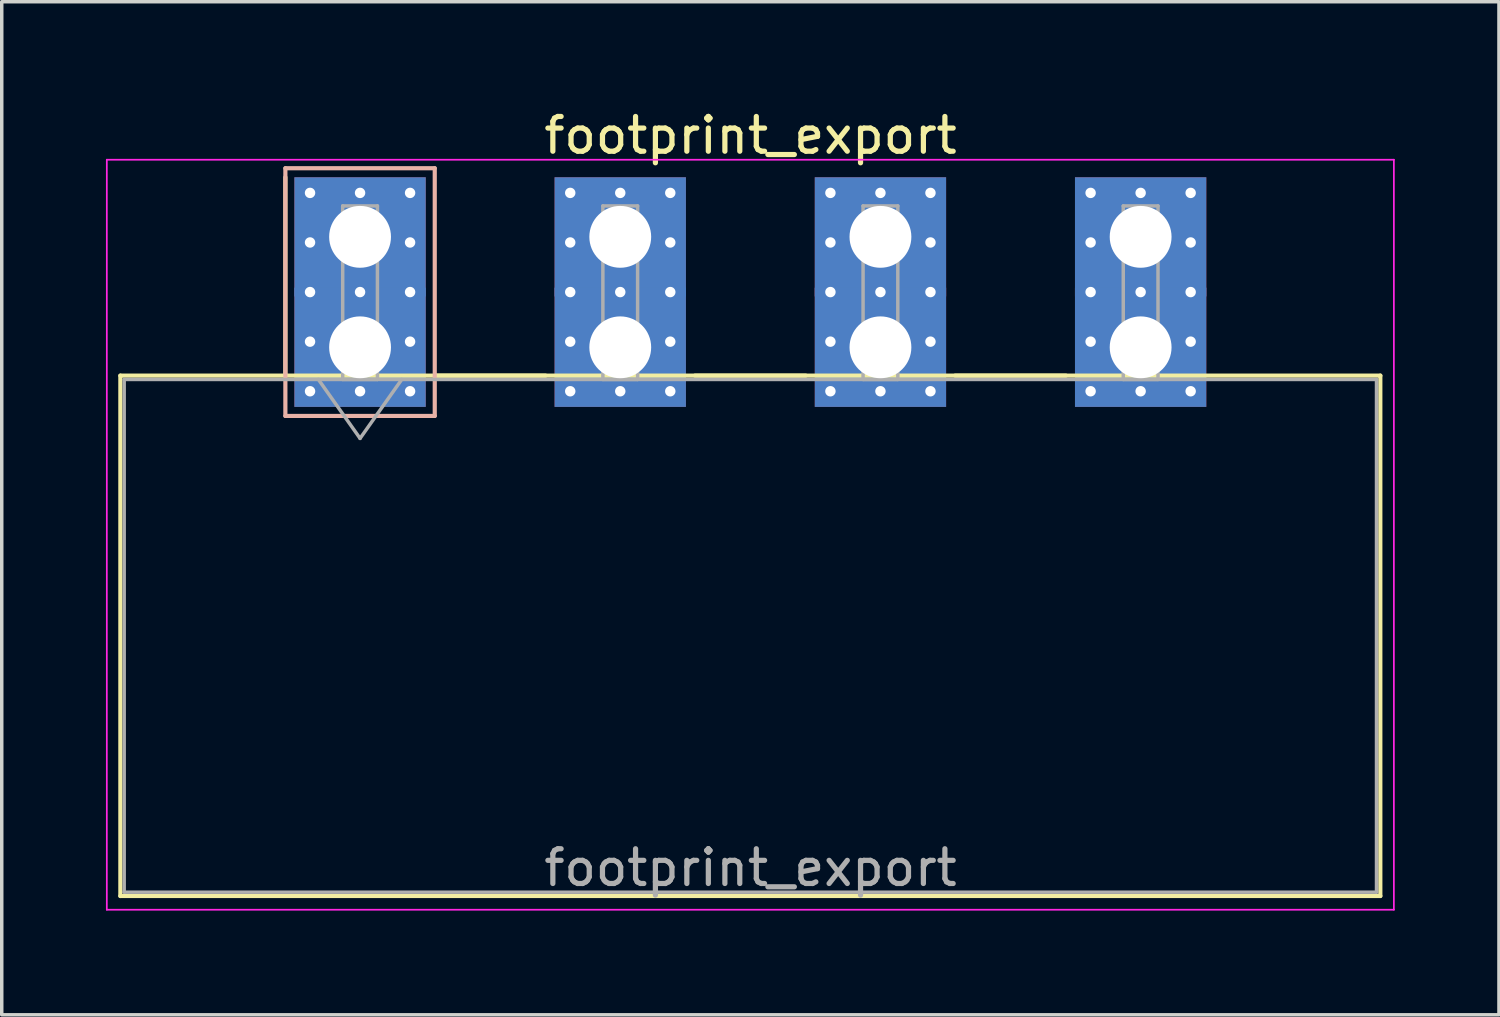
<source format=kicad_pcb>
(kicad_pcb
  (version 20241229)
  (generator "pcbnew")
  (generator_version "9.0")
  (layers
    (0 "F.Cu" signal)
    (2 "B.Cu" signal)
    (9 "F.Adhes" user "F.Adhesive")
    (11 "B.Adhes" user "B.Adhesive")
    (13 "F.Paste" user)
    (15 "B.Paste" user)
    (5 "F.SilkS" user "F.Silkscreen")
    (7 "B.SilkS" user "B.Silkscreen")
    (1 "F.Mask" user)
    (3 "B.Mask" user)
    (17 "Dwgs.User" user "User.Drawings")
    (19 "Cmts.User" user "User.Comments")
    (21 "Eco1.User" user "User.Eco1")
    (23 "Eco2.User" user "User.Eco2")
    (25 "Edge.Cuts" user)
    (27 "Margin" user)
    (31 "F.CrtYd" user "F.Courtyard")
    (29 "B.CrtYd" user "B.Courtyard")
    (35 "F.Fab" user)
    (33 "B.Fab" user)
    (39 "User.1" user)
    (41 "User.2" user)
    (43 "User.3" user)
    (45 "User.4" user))
  (footprint "footprint_export"
    (layer "F.Cu")
    (at 7.315 6.948)
    (property "Reference" "footprint_export" (at 11.24 -6.1 0) (layer "F.SilkS") (effects (font (size 1 1) (thickness 0.15))))
    (attr through_hole)
    (fp_line (start -6.9 0.815) (end -6.9 15.795) (stroke (width 0.12) (type solid)) (layer "F.SilkS"))
    (fp_line (start -6.9 15.795) (end 29.37 15.795) (stroke (width 0.12) (type solid)) (layer "F.SilkS"))
    (fp_line (start -2.15 0.815) (end -2.15 -4.895) (stroke (width 0.12) (type solid)) (layer "F.SilkS"))
    (fp_line (start 2.15 0.815) (end 5.34 0.815) (stroke (width 0.12) (type solid)) (layer "F.SilkS"))
    (fp_line (start 9.64 0.815) (end 12.83 0.815) (stroke (width 0.12) (type solid)) (layer "F.SilkS"))
    (fp_line (start 17.13 0.815) (end 20.32 0.815) (stroke (width 0.12) (type solid)) (layer "F.SilkS"))
    (fp_line (start 29.37 0.815) (end -6.9 0.815) (stroke (width 0.12) (type solid)) (layer "F.SilkS"))
    (fp_line (start 29.37 15.795) (end 29.37 0.815) (stroke (width 0.12) (type solid)) (layer "F.SilkS"))
    (fp_line (start -2.15 -5.155) (end -2.15 1.975) (stroke (width 0.12) (type solid)) (layer "B.SilkS"))
    (fp_line (start -2.15 1.975) (end 2.15 1.975) (stroke (width 0.12) (type solid)) (layer "B.SilkS"))
    (fp_line (start 2.15 -5.155) (end -2.15 -5.155) (stroke (width 0.12) (type solid)) (layer "B.SilkS"))
    (fp_line (start 2.15 1.975) (end 2.15 -5.155) (stroke (width 0.12) (type solid)) (layer "B.SilkS"))
    (fp_line (start -7.29 -5.4) (end -7.29 16.19) (stroke (width 0.05) (type solid)) (layer "F.CrtYd"))
    (fp_line (start -7.29 16.19) (end 29.76 16.19) (stroke (width 0.05) (type solid)) (layer "F.CrtYd"))
    (fp_line (start 29.76 -5.4) (end -7.29 -5.4) (stroke (width 0.05) (type solid)) (layer "F.CrtYd"))
    (fp_line (start 29.76 16.19) (end 29.76 -5.4) (stroke (width 0.05) (type solid)) (layer "F.CrtYd"))
    (fp_line (start -6.79 0.925) (end -6.79 15.685) (stroke (width 0.1) (type solid)) (layer "F.Fab"))
    (fp_line (start -6.79 15.685) (end 29.26 15.685) (stroke (width 0.1) (type solid)) (layer "F.Fab"))
    (fp_line (start -1.2 0.925) (end 0 2.622) (stroke (width 0.1) (type solid)) (layer "F.Fab"))
    (fp_line (start -0.5 -4.07) (end 0.5 -4.07) (stroke (width 0.1) (type solid)) (layer "F.Fab"))
    (fp_line (start -0.5 0.925) (end -0.5 -4.07) (stroke (width 0.1) (type solid)) (layer "F.Fab"))
    (fp_line (start 0 2.622) (end 1.2 0.925) (stroke (width 0.1) (type solid)) (layer "F.Fab"))
    (fp_line (start 0.5 -4.07) (end 0.5 0.925) (stroke (width 0.1) (type solid)) (layer "F.Fab"))
    (fp_line (start 0.5 0.925) (end -0.5 0.925) (stroke (width 0.1) (type solid)) (layer "F.Fab"))
    (fp_line (start 6.99 -4.07) (end 7.99 -4.07) (stroke (width 0.1) (type solid)) (layer "F.Fab"))
    (fp_line (start 6.99 0.925) (end 6.99 -4.07) (stroke (width 0.1) (type solid)) (layer "F.Fab"))
    (fp_line (start 7.99 -4.07) (end 7.99 0.925) (stroke (width 0.1) (type solid)) (layer "F.Fab"))
    (fp_line (start 7.99 0.925) (end 6.99 0.925) (stroke (width 0.1) (type solid)) (layer "F.Fab"))
    (fp_line (start 14.48 -4.07) (end 15.48 -4.07) (stroke (width 0.1) (type solid)) (layer "F.Fab"))
    (fp_line (start 14.48 0.925) (end 14.48 -4.07) (stroke (width 0.1) (type solid)) (layer "F.Fab"))
    (fp_line (start 15.48 -4.07) (end 15.48 0.925) (stroke (width 0.1) (type solid)) (layer "F.Fab"))
    (fp_line (start 15.48 0.925) (end 14.48 0.925) (stroke (width 0.1) (type solid)) (layer "F.Fab"))
    (fp_line (start 21.97 -4.07) (end 22.97 -4.07) (stroke (width 0.1) (type solid)) (layer "F.Fab"))
    (fp_line (start 21.97 0.925) (end 21.97 -4.07) (stroke (width 0.1) (type solid)) (layer "F.Fab"))
    (fp_line (start 22.97 -4.07) (end 22.97 0.925) (stroke (width 0.1) (type solid)) (layer "F.Fab"))
    (fp_line (start 22.97 0.925) (end 21.97 0.925) (stroke (width 0.1) (type solid)) (layer "F.Fab"))
    (fp_line (start 29.26 0.925) (end -6.79 0.925) (stroke (width 0.1) (type solid)) (layer "F.Fab"))
    (fp_line (start 29.26 15.685) (end 29.26 0.925) (stroke (width 0.1) (type solid)) (layer "F.Fab"))
    (fp_text user "${REFERENCE}" (at 11.24 14.98 0) (layer "F.Fab") (effects (font (size 1 1) (thickness 0.15))))
    (pad "1" thru_hole rect (at -1.44 -4.445) (size 0.6 0.6) (drill 0.3) (layers "*.Cu" "*.Mask"))
    (pad "1" thru_hole rect (at -1.44 -3.018) (size 0.6 0.6) (drill 0.3) (layers "*.Cu" "*.Mask"))
    (pad "1" thru_hole rect (at -1.44 -1.59) (size 0.6 0.6) (drill 0.3) (layers "*.Cu" "*.Mask"))
    (pad "1" thru_hole rect (at -1.44 -0.163) (size 0.6 0.6) (drill 0.3) (layers "*.Cu" "*.Mask"))
    (pad "1" thru_hole rect (at -1.44 1.265) (size 0.6 0.6) (drill 0.3) (layers "*.Cu" "*.Mask"))
    (pad "1" thru_hole rect (at 0 -4.445) (size 0.6 0.6) (drill 0.3) (layers "*.Cu" "*.Mask"))
    (pad "1" thru_hole rect (at 0 -3.18) (size 3.78 3.43) (drill 1.78) (layers "*.Cu" "*.Mask"))
    (pad "1" thru_hole rect (at 0 -1.59) (size 0.6 0.6) (drill 0.3) (layers "*.Cu" "*.Mask"))
    (pad "1" thru_hole rect (at 0 0) (size 3.78 3.43) (drill 1.78) (layers "*.Cu" "*.Mask"))
    (pad "1" thru_hole rect (at 0 1.265) (size 0.6 0.6) (drill 0.3) (layers "*.Cu" "*.Mask"))
    (pad "1" thru_hole rect (at 1.44 -4.445) (size 0.6 0.6) (drill 0.3) (layers "*.Cu" "*.Mask"))
    (pad "1" thru_hole rect (at 1.44 -3.018) (size 0.6 0.6) (drill 0.3) (layers "*.Cu" "*.Mask"))
    (pad "1" thru_hole rect (at 1.44 -1.59) (size 0.6 0.6) (drill 0.3) (layers "*.Cu" "*.Mask"))
    (pad "1" thru_hole rect (at 1.44 -0.163) (size 0.6 0.6) (drill 0.3) (layers "*.Cu" "*.Mask"))
    (pad "1" thru_hole rect (at 1.44 1.265) (size 0.6 0.6) (drill 0.3) (layers "*.Cu" "*.Mask"))
    (pad "2" thru_hole circle (at 6.05 -4.445) (size 0.6 0.6) (drill 0.3) (layers "*.Cu" "*.Mask"))
    (pad "2" thru_hole circle (at 6.05 -3.018) (size 0.6 0.6) (drill 0.3) (layers "*.Cu" "*.Mask"))
    (pad "2" thru_hole circle (at 6.05 -1.59) (size 0.6 0.6) (drill 0.3) (layers "*.Cu" "*.Mask"))
    (pad "2" thru_hole circle (at 6.05 -0.163) (size 0.6 0.6) (drill 0.3) (layers "*.Cu" "*.Mask"))
    (pad "2" thru_hole circle (at 6.05 1.265) (size 0.6 0.6) (drill 0.3) (layers "*.Cu" "*.Mask"))
    (pad "2" thru_hole circle (at 7.49 -4.445) (size 0.6 0.6) (drill 0.3) (layers "*.Cu" "*.Mask"))
    (pad "2" thru_hole rect (at 7.49 -3.18) (size 3.78 3.43) (drill 1.78) (layers "*.Cu" "*.Mask"))
    (pad "2" thru_hole circle (at 7.49 -1.59) (size 0.6 0.6) (drill 0.3) (layers "*.Cu" "*.Mask"))
    (pad "2" thru_hole rect (at 7.49 0) (size 3.78 3.43) (drill 1.78) (layers "*.Cu" "*.Mask"))
    (pad "2" thru_hole circle (at 7.49 1.265) (size 0.6 0.6) (drill 0.3) (layers "*.Cu" "*.Mask"))
    (pad "2" thru_hole circle (at 8.93 -4.445) (size 0.6 0.6) (drill 0.3) (layers "*.Cu" "*.Mask"))
    (pad "2" thru_hole circle (at 8.93 -3.018) (size 0.6 0.6) (drill 0.3) (layers "*.Cu" "*.Mask"))
    (pad "2" thru_hole circle (at 8.93 -1.59) (size 0.6 0.6) (drill 0.3) (layers "*.Cu" "*.Mask"))
    (pad "2" thru_hole circle (at 8.93 -0.163) (size 0.6 0.6) (drill 0.3) (layers "*.Cu" "*.Mask"))
    (pad "2" thru_hole circle (at 8.93 1.265) (size 0.6 0.6) (drill 0.3) (layers "*.Cu" "*.Mask"))
    (pad "3" thru_hole circle (at 13.54 -4.445) (size 0.6 0.6) (drill 0.3) (layers "*.Cu" "*.Mask"))
    (pad "3" thru_hole circle (at 13.54 -3.018) (size 0.6 0.6) (drill 0.3) (layers "*.Cu" "*.Mask"))
    (pad "3" thru_hole circle (at 13.54 -1.59) (size 0.6 0.6) (drill 0.3) (layers "*.Cu" "*.Mask"))
    (pad "3" thru_hole circle (at 13.54 -0.163) (size 0.6 0.6) (drill 0.3) (layers "*.Cu" "*.Mask"))
    (pad "3" thru_hole circle (at 13.54 1.265) (size 0.6 0.6) (drill 0.3) (layers "*.Cu" "*.Mask"))
    (pad "3" thru_hole circle (at 14.98 -4.445) (size 0.6 0.6) (drill 0.3) (layers "*.Cu" "*.Mask"))
    (pad "3" thru_hole rect (at 14.98 -3.18) (size 3.78 3.43) (drill 1.78) (layers "*.Cu" "*.Mask"))
    (pad "3" thru_hole circle (at 14.98 -1.59) (size 0.6 0.6) (drill 0.3) (layers "*.Cu" "*.Mask"))
    (pad "3" thru_hole rect (at 14.98 0) (size 3.78 3.43) (drill 1.78) (layers "*.Cu" "*.Mask"))
    (pad "3" thru_hole circle (at 14.98 1.265) (size 0.6 0.6) (drill 0.3) (layers "*.Cu" "*.Mask"))
    (pad "3" thru_hole circle (at 16.42 -4.445) (size 0.6 0.6) (drill 0.3) (layers "*.Cu" "*.Mask"))
    (pad "3" thru_hole circle (at 16.42 -3.018) (size 0.6 0.6) (drill 0.3) (layers "*.Cu" "*.Mask"))
    (pad "3" thru_hole circle (at 16.42 -1.59) (size 0.6 0.6) (drill 0.3) (layers "*.Cu" "*.Mask"))
    (pad "3" thru_hole circle (at 16.42 -0.163) (size 0.6 0.6) (drill 0.3) (layers "*.Cu" "*.Mask"))
    (pad "3" thru_hole circle (at 16.42 1.265) (size 0.6 0.6) (drill 0.3) (layers "*.Cu" "*.Mask"))
    (pad "4" thru_hole circle (at 21.03 -4.445) (size 0.6 0.6) (drill 0.3) (layers "*.Cu" "*.Mask"))
    (pad "4" thru_hole circle (at 21.03 -3.018) (size 0.6 0.6) (drill 0.3) (layers "*.Cu" "*.Mask"))
    (pad "4" thru_hole circle (at 21.03 -1.59) (size 0.6 0.6) (drill 0.3) (layers "*.Cu" "*.Mask"))
    (pad "4" thru_hole circle (at 21.03 -0.163) (size 0.6 0.6) (drill 0.3) (layers "*.Cu" "*.Mask"))
    (pad "4" thru_hole circle (at 21.03 1.265) (size 0.6 0.6) (drill 0.3) (layers "*.Cu" "*.Mask"))
    (pad "4" thru_hole circle (at 22.47 -4.445) (size 0.6 0.6) (drill 0.3) (layers "*.Cu" "*.Mask"))
    (pad "4" thru_hole rect (at 22.47 -3.18) (size 3.78 3.43) (drill 1.78) (layers "*.Cu" "*.Mask"))
    (pad "4" thru_hole circle (at 22.47 -1.59) (size 0.6 0.6) (drill 0.3) (layers "*.Cu" "*.Mask"))
    (pad "4" thru_hole rect (at 22.47 0) (size 3.78 3.43) (drill 1.78) (layers "*.Cu" "*.Mask"))
    (pad "4" thru_hole circle (at 22.47 1.265) (size 0.6 0.6) (drill 0.3) (layers "*.Cu" "*.Mask"))
    (pad "4" thru_hole circle (at 23.91 -4.445) (size 0.6 0.6) (drill 0.3) (layers "*.Cu" "*.Mask"))
    (pad "4" thru_hole circle (at 23.91 -3.018) (size 0.6 0.6) (drill 0.3) (layers "*.Cu" "*.Mask"))
    (pad "4" thru_hole circle (at 23.91 -1.59) (size 0.6 0.6) (drill 0.3) (layers "*.Cu" "*.Mask"))
    (pad "4" thru_hole circle (at 23.91 -0.163) (size 0.6 0.6) (drill 0.3) (layers "*.Cu" "*.Mask"))
    (pad "4" thru_hole circle (at 23.91 1.265) (size 0.6 0.6) (drill 0.3) (layers "*.Cu" "*.Mask")))
  (gr_rect
    (start -3 -3)
    (end 40.1 26.163)
    (stroke (width 0.1) (type default))
    (fill no)
    (layer "Edge.Cuts")))
</source>
